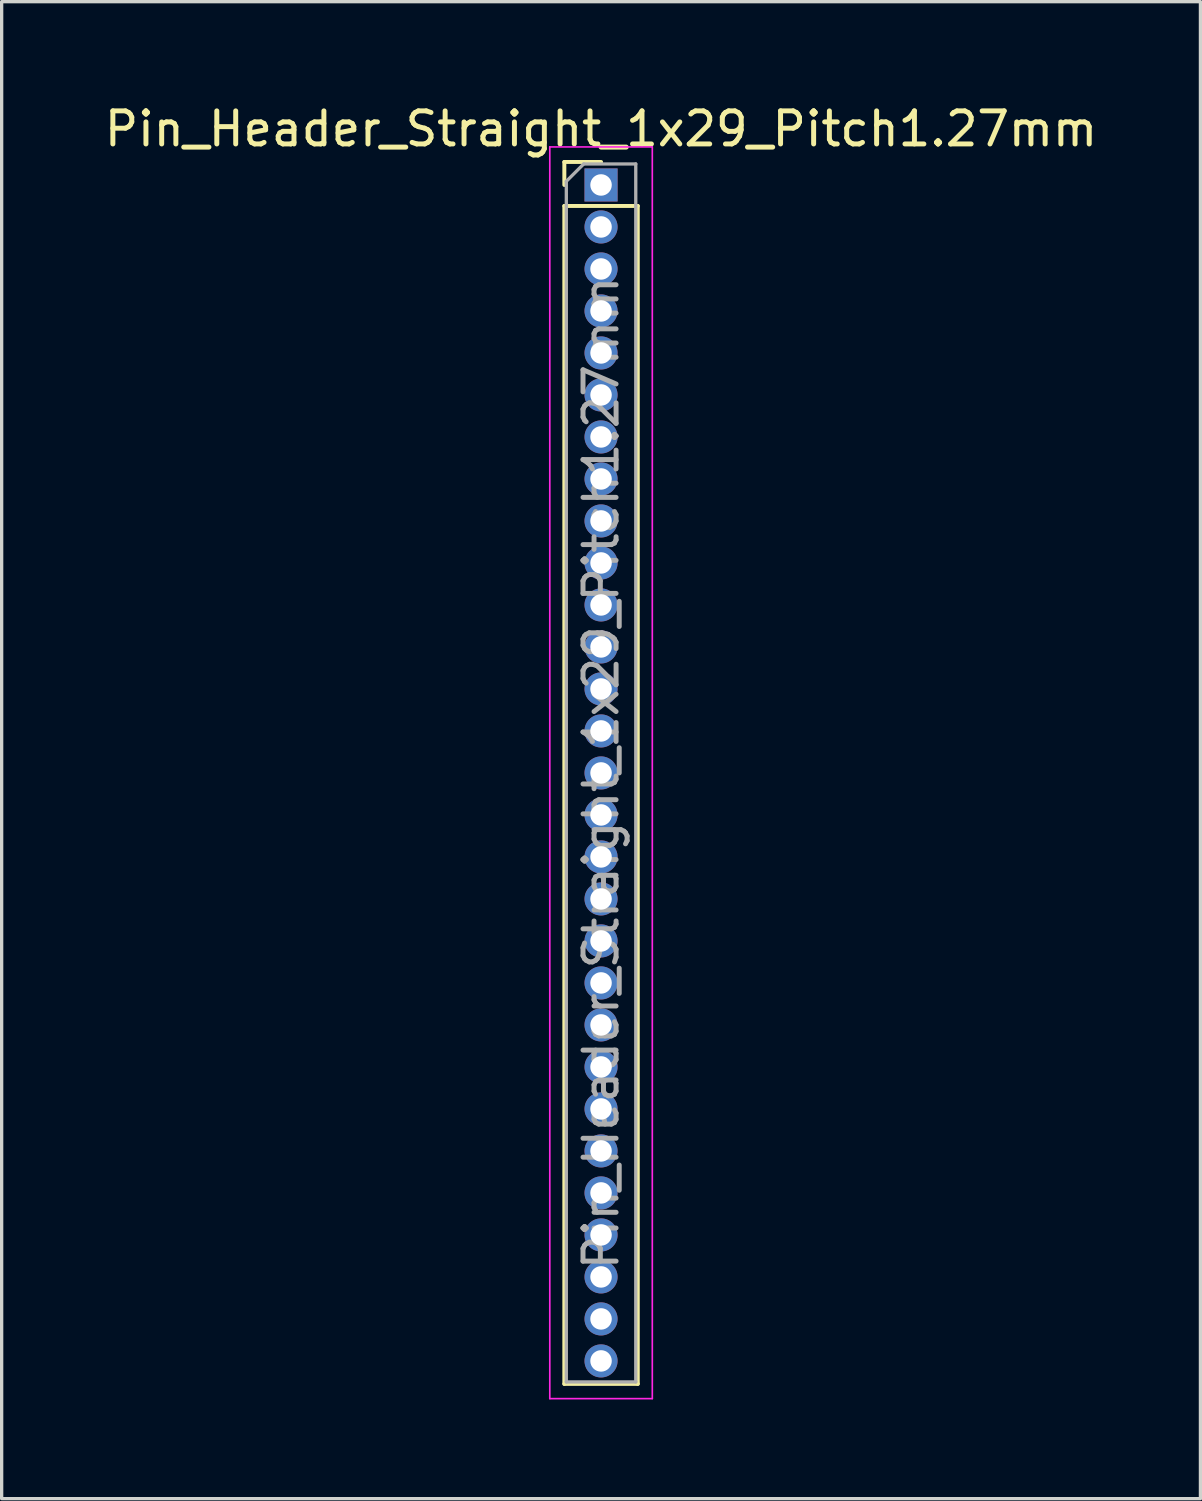
<source format=kicad_pcb>
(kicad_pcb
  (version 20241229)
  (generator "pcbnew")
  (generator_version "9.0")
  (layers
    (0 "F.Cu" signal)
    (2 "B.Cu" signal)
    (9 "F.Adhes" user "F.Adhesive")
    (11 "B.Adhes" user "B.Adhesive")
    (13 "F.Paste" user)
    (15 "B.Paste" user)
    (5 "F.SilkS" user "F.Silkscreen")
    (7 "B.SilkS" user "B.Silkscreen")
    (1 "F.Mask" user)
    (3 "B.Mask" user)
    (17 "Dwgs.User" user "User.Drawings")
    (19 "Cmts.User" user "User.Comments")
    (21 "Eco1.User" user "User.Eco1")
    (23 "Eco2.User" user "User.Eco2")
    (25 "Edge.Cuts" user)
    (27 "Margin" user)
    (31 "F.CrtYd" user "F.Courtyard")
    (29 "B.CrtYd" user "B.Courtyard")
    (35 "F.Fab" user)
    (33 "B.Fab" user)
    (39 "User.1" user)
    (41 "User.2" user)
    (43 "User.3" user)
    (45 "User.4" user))
  (footprint "Pin_Header_Straight_1x29_Pitch1.27mm"
    (layer "F.Cu")
    (at 15.125 2.543)
    (property "Reference" "Pin_Header_Straight_1x29_Pitch1.27mm" (at 0 -1.695 0) (layer "F.SilkS") (effects (font (size 1 1) (thickness 0.15))))
    (attr through_hole)
    (fp_line (start -1.11 -0.695) (end 0 -0.695) (stroke (width 0.12) (type solid)) (layer "F.SilkS"))
    (fp_line (start -1.11 0) (end -1.11 -0.695) (stroke (width 0.12) (type solid)) (layer "F.SilkS"))
    (fp_line (start -1.11 0.635) (end -1.11 36.255) (stroke (width 0.12) (type solid)) (layer "F.SilkS"))
    (fp_line (start -1.11 36.255) (end 1.11 36.255) (stroke (width 0.12) (type solid)) (layer "F.SilkS"))
    (fp_line (start 1.11 0.635) (end -1.11 0.635) (stroke (width 0.12) (type solid)) (layer "F.SilkS"))
    (fp_line (start 1.11 36.255) (end 1.11 0.635) (stroke (width 0.12) (type solid)) (layer "F.SilkS"))
    (fp_line (start -1.55 -1.15) (end -1.55 36.7) (stroke (width 0.05) (type solid)) (layer "F.CrtYd"))
    (fp_line (start -1.55 36.7) (end 1.55 36.7) (stroke (width 0.05) (type solid)) (layer "F.CrtYd"))
    (fp_line (start 1.55 -1.15) (end -1.55 -1.15) (stroke (width 0.05) (type solid)) (layer "F.CrtYd"))
    (fp_line (start 1.55 36.7) (end 1.55 -1.15) (stroke (width 0.05) (type solid)) (layer "F.CrtYd"))
    (fp_line (start -1.05 -0.11) (end -0.525 -0.635) (stroke (width 0.1) (type solid)) (layer "F.Fab"))
    (fp_line (start -1.05 36.195) (end -1.05 -0.11) (stroke (width 0.1) (type solid)) (layer "F.Fab"))
    (fp_line (start -0.525 -0.635) (end 1.05 -0.635) (stroke (width 0.1) (type solid)) (layer "F.Fab"))
    (fp_line (start 1.05 -0.635) (end 1.05 36.195) (stroke (width 0.1) (type solid)) (layer "F.Fab"))
    (fp_line (start 1.05 36.195) (end -1.05 36.195) (stroke (width 0.1) (type solid)) (layer "F.Fab"))
    (fp_text user "${REFERENCE}" (at 0 17.78 90) (layer "F.Fab") (effects (font (size 1 1) (thickness 0.15))))
    (pad "1" thru_hole rect (at 0 0) (size 1 1) (drill 0.65) (layers "*.Cu" "*.Mask"))
    (pad "2" thru_hole oval (at 0 1.27) (size 1 1) (drill 0.65) (layers "*.Cu" "*.Mask"))
    (pad "3" thru_hole oval (at 0 2.54) (size 1 1) (drill 0.65) (layers "*.Cu" "*.Mask"))
    (pad "4" thru_hole oval (at 0 3.81) (size 1 1) (drill 0.65) (layers "*.Cu" "*.Mask"))
    (pad "5" thru_hole oval (at 0 5.08) (size 1 1) (drill 0.65) (layers "*.Cu" "*.Mask"))
    (pad "6" thru_hole oval (at 0 6.35) (size 1 1) (drill 0.65) (layers "*.Cu" "*.Mask"))
    (pad "7" thru_hole oval (at 0 7.62) (size 1 1) (drill 0.65) (layers "*.Cu" "*.Mask"))
    (pad "8" thru_hole oval (at 0 8.89) (size 1 1) (drill 0.65) (layers "*.Cu" "*.Mask"))
    (pad "9" thru_hole oval (at 0 10.16) (size 1 1) (drill 0.65) (layers "*.Cu" "*.Mask"))
    (pad "10" thru_hole oval (at 0 11.43) (size 1 1) (drill 0.65) (layers "*.Cu" "*.Mask"))
    (pad "11" thru_hole oval (at 0 12.7) (size 1 1) (drill 0.65) (layers "*.Cu" "*.Mask"))
    (pad "12" thru_hole oval (at 0 13.97) (size 1 1) (drill 0.65) (layers "*.Cu" "*.Mask"))
    (pad "13" thru_hole oval (at 0 15.24) (size 1 1) (drill 0.65) (layers "*.Cu" "*.Mask"))
    (pad "14" thru_hole oval (at 0 16.51) (size 1 1) (drill 0.65) (layers "*.Cu" "*.Mask"))
    (pad "15" thru_hole oval (at 0 17.78) (size 1 1) (drill 0.65) (layers "*.Cu" "*.Mask"))
    (pad "16" thru_hole oval (at 0 19.05) (size 1 1) (drill 0.65) (layers "*.Cu" "*.Mask"))
    (pad "17" thru_hole oval (at 0 20.32) (size 1 1) (drill 0.65) (layers "*.Cu" "*.Mask"))
    (pad "18" thru_hole oval (at 0 21.59) (size 1 1) (drill 0.65) (layers "*.Cu" "*.Mask"))
    (pad "19" thru_hole oval (at 0 22.86) (size 1 1) (drill 0.65) (layers "*.Cu" "*.Mask"))
    (pad "20" thru_hole oval (at 0 24.13) (size 1 1) (drill 0.65) (layers "*.Cu" "*.Mask"))
    (pad "21" thru_hole oval (at 0 25.4) (size 1 1) (drill 0.65) (layers "*.Cu" "*.Mask"))
    (pad "22" thru_hole oval (at 0 26.67) (size 1 1) (drill 0.65) (layers "*.Cu" "*.Mask"))
    (pad "23" thru_hole oval (at 0 27.94) (size 1 1) (drill 0.65) (layers "*.Cu" "*.Mask"))
    (pad "24" thru_hole oval (at 0 29.21) (size 1 1) (drill 0.65) (layers "*.Cu" "*.Mask"))
    (pad "25" thru_hole oval (at 0 30.48) (size 1 1) (drill 0.65) (layers "*.Cu" "*.Mask"))
    (pad "26" thru_hole oval (at 0 31.75) (size 1 1) (drill 0.65) (layers "*.Cu" "*.Mask"))
    (pad "27" thru_hole oval (at 0 33.02) (size 1 1) (drill 0.65) (layers "*.Cu" "*.Mask"))
    (pad "28" thru_hole oval (at 0 34.29) (size 1 1) (drill 0.65) (layers "*.Cu" "*.Mask"))
    (pad "29" thru_hole oval (at 0 35.56) (size 1 1) (drill 0.65) (layers "*.Cu" "*.Mask")))
  (gr_rect
    (start -3 -3)
    (end 33.25 42.268)
    (stroke (width 0.1) (type default))
    (fill no)
    (layer "Edge.Cuts")))
</source>
